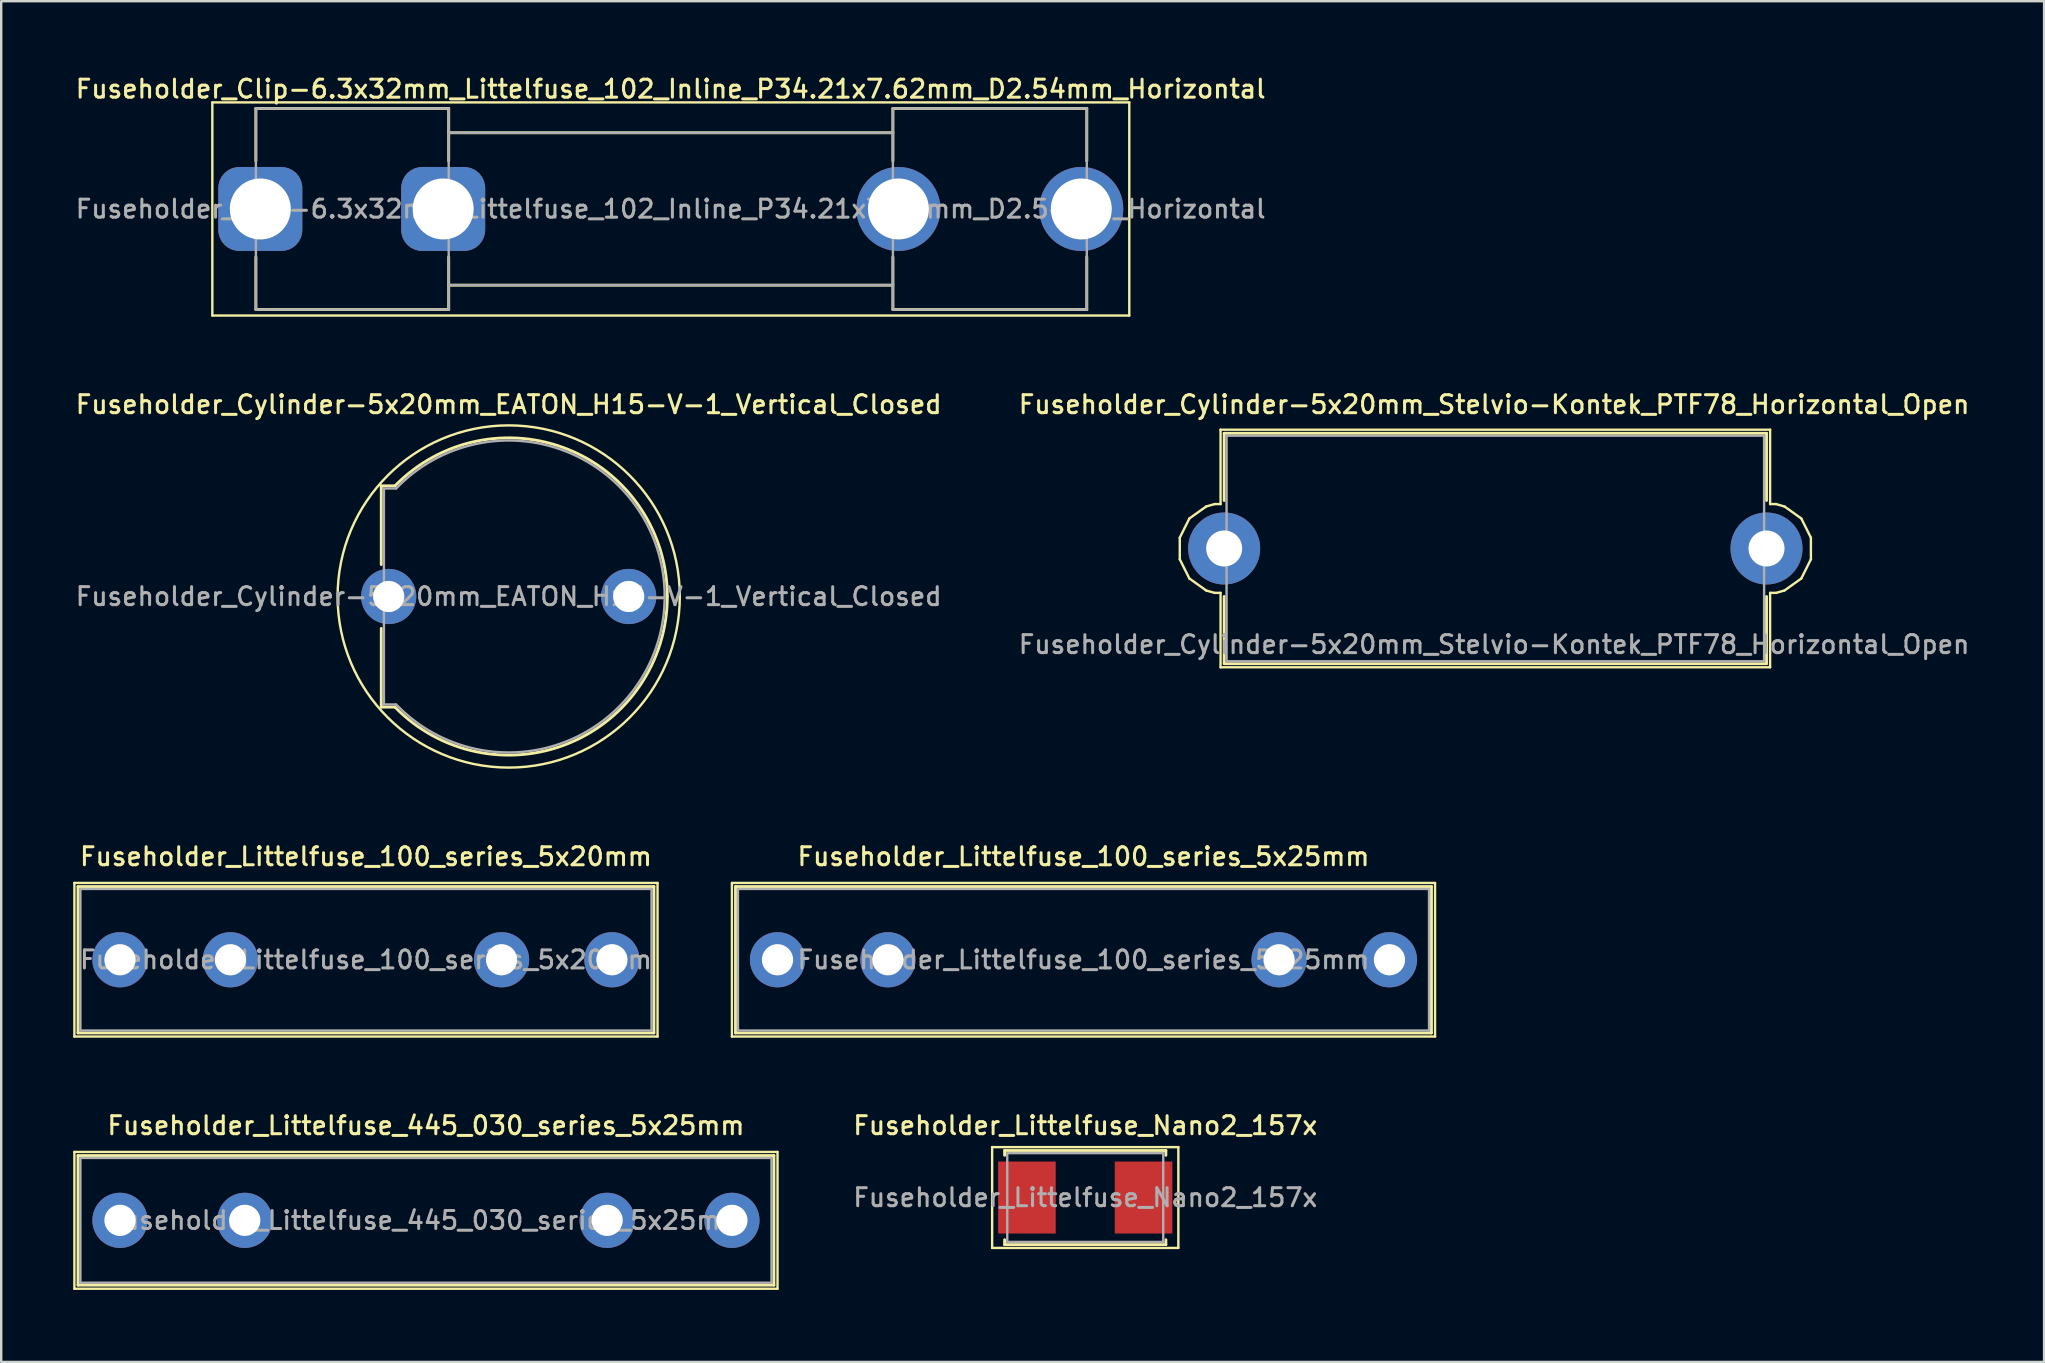
<source format=kicad_pcb>
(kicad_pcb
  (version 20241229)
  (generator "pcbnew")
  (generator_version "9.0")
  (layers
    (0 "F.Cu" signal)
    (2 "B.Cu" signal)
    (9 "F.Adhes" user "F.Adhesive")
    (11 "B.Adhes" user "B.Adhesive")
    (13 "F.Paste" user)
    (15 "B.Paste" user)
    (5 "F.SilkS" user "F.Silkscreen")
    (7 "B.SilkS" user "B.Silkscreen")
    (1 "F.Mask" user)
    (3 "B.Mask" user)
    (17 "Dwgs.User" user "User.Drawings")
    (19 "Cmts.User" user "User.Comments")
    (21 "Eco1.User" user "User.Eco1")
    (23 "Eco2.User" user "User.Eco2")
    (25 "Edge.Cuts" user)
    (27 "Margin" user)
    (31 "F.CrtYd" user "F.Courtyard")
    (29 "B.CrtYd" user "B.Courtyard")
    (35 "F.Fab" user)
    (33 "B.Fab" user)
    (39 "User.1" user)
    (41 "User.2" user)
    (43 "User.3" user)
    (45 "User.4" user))
  (footprint "Fuseholder_Cylinder-5x20mm_EATON_H15-V-1_Vertical_Closed"
    (layer "F.Cu")
    (at 13.148 21.806)
    (property "Reference" "Fuseholder_Cylinder-5x20mm_EATON_H15-V-1_Vertical_Closed" (at 5 -8 0) (layer "F.SilkS") (effects (font (size 0.75 0.75) (thickness 0.125))))
    (attr through_hole)
    (fp_line (start -0.31 -4.61) (end -0.31 -1.33) (stroke (width 0.12) (type solid)) (layer "F.SilkS"))
    (fp_line (start -0.31 1.33) (end -0.31 4.61) (stroke (width 0.12) (type solid)) (layer "F.SilkS"))
    (fp_line (start 0.26 -4.61) (end -0.31 -4.61) (stroke (width 0.12) (type solid)) (layer "F.SilkS"))
    (fp_line (start 0.26 4.61) (end -0.31 4.61) (stroke (width 0.12) (type solid)) (layer "F.SilkS"))
    (fp_arc (start 0.261221 -4.608261) (mid 7.486842 -6.124354) (end 11.61 0) (stroke (width 0.12) (type solid)) (layer "F.SilkS"))
    (fp_arc (start 11.61 0) (mid 7.486842 6.124354) (end 0.261221 4.608261) (stroke (width 0.12) (type solid)) (layer "F.SilkS"))
    (fp_circle (center 5 0) (end 12.13 0) (stroke (width 0.1) (type solid)) (fill no) (layer "F.SilkS"))
    (fp_line (start -0.2 -4.5) (end -0.2 4.5) (stroke (width 0.1) (type solid)) (layer "F.Fab"))
    (fp_line (start 0.3 -4.5) (end -0.2 -4.5) (stroke (width 0.1) (type solid)) (layer "F.Fab"))
    (fp_line (start 0.3 4.5) (end -0.2 4.5) (stroke (width 0.1) (type solid)) (layer "F.Fab"))
    (fp_arc (start 0.308559 -4.498931) (mid 7.424421 -6.030935) (end 11.5 0) (stroke (width 0.1) (type solid)) (layer "F.Fab"))
    (fp_arc (start 11.5 0) (mid 7.424421 6.030936) (end 0.308559 4.498931) (stroke (width 0.1) (type solid)) (layer "F.Fab"))
    (fp_text user "${REFERENCE}" (at 5 0 0) (layer "F.Fab") (effects (font (size 0.75 0.75) (thickness 0.125))))
    (pad "1" thru_hole circle (at 0 0) (size 2.3 2.3) (drill 1.3) (layers "*.Cu" "*.Mask"))
    (pad "2" thru_hole circle (at 10 0) (size 2.3 2.3) (drill 1.3) (layers "*.Cu" "*.Mask")))
  (footprint "Fuseholder_Clip-6.3x32mm_Littelfuse_102_Inline_P34.21x7.62mm_D2.54mm_Horizontal"
    (layer "F.Cu")
    (at 7.798 5.658)
    (property "Reference" "Fuseholder_Clip-6.3x32mm_Littelfuse_102_Inline_P34.21x7.62mm_D2.54mm_Horizontal" (at 17.1 -5 0) (layer "F.SilkS") (effects (font (size 0.75 0.75) (thickness 0.125))))
    (attr through_hole)
    (fp_line (start -2 -4.44) (end -2 4.44) (stroke (width 0.1) (type solid)) (layer "F.SilkS"))
    (fp_line (start -2 -4.44) (end 36.21 -4.44) (stroke (width 0.1) (type solid)) (layer "F.SilkS"))
    (fp_line (start -0.185 -4.19) (end -0.185 -2) (stroke (width 0.12) (type solid)) (layer "F.SilkS"))
    (fp_line (start -0.185 4.19) (end -0.185 2) (stroke (width 0.12) (type solid)) (layer "F.SilkS"))
    (fp_line (start 7.85 -4.19) (end -0.185 -4.19) (stroke (width 0.12) (type solid)) (layer "F.SilkS"))
    (fp_line (start 7.85 -4.19) (end 7.85 -2) (stroke (width 0.12) (type solid)) (layer "F.SilkS"))
    (fp_line (start 7.85 4.19) (end -0.185 4.19) (stroke (width 0.12) (type solid)) (layer "F.SilkS"))
    (fp_line (start 7.85 4.19) (end 7.85 2) (stroke (width 0.12) (type solid)) (layer "F.SilkS"))
    (fp_line (start 26.36 -4.19) (end 26.36 -2) (stroke (width 0.12) (type solid)) (layer "F.SilkS"))
    (fp_line (start 26.36 -3.175) (end 7.85 -3.175) (stroke (width 0.12) (type solid)) (layer "F.SilkS"))
    (fp_line (start 26.36 3.175) (end 7.85 3.175) (stroke (width 0.12) (type solid)) (layer "F.SilkS"))
    (fp_line (start 26.36 4.19) (end 26.36 2) (stroke (width 0.12) (type solid)) (layer "F.SilkS"))
    (fp_line (start 26.36 4.19) (end 34.44 4.19) (stroke (width 0.12) (type solid)) (layer "F.SilkS"))
    (fp_line (start 34.44 -4.19) (end 26.36 -4.19) (stroke (width 0.12) (type solid)) (layer "F.SilkS"))
    (fp_line (start 34.44 -2) (end 34.44 -4.19) (stroke (width 0.12) (type solid)) (layer "F.SilkS"))
    (fp_line (start 34.44 2) (end 34.44 4.19) (stroke (width 0.12) (type solid)) (layer "F.SilkS"))
    (fp_line (start 36.21 4.44) (end -2 4.44) (stroke (width 0.1) (type solid)) (layer "F.SilkS"))
    (fp_line (start 36.21 4.44) (end 36.21 -4.44) (stroke (width 0.1) (type solid)) (layer "F.SilkS"))
    (fp_line (start -0.185 -4.19) (end 7.85 -4.19) (stroke (width 0.1) (type solid)) (layer "F.Fab"))
    (fp_line (start -0.185 4.19) (end -0.185 -4.19) (stroke (width 0.1) (type solid)) (layer "F.Fab"))
    (fp_line (start 7.85 -4.19) (end 7.85 4.19) (stroke (width 0.1) (type solid)) (layer "F.Fab"))
    (fp_line (start 7.85 -3.175) (end 26.36 -3.175) (stroke (width 0.1) (type solid)) (layer "F.Fab"))
    (fp_line (start 7.85 4.19) (end -0.185 4.19) (stroke (width 0.1) (type solid)) (layer "F.Fab"))
    (fp_line (start 26.36 -4.19) (end 26.36 4.19) (stroke (width 0.1) (type solid)) (layer "F.Fab"))
    (fp_line (start 26.36 3.175) (end 7.85 3.175) (stroke (width 0.1) (type solid)) (layer "F.Fab"))
    (fp_line (start 26.36 4.19) (end 34.44 4.19) (stroke (width 0.1) (type solid)) (layer "F.Fab"))
    (fp_line (start 34.44 -4.19) (end 26.36 -4.19) (stroke (width 0.1) (type solid)) (layer "F.Fab"))
    (fp_line (start 34.44 4.19) (end 34.44 -4.19) (stroke (width 0.1) (type solid)) (layer "F.Fab"))
    (fp_text user "${REFERENCE}" (at 17.1 0 0) (layer "F.Fab") (effects (font (size 0.75 0.75) (thickness 0.125))))
    (pad "1" thru_hole roundrect (at 0 0) (size 3.5 3.5) (drill 2.54) (layers "*.Cu" "*.Mask") (roundrect_rratio 0.25))
    (pad "1" thru_hole roundrect (at 7.62 0) (size 3.5 3.5) (drill 2.54) (layers "*.Cu" "*.Mask") (roundrect_rratio 0.25))
    (pad "2" thru_hole circle (at 26.59 0) (size 3.5 3.5) (drill 2.54) (layers "*.Cu" "*.Mask"))
    (pad "2" thru_hole circle (at 34.21 0) (size 3.5 3.5) (drill 2.54) (layers "*.Cu" "*.Mask")))
  (footprint "Fuseholder_Cylinder-5x20mm_Stelvio-Kontek_PTF78_Horizontal_Open"
    (layer "F.Cu")
    (at 47.962 19.806)
    (property "Reference" "Fuseholder_Cylinder-5x20mm_Stelvio-Kontek_PTF78_Horizontal_Open" (at 11.25 -6 0) (layer "F.SilkS") (effects (font (size 0.75 0.75) (thickness 0.125))))
    (attr through_hole)
    (fp_line (start -1.85 -0.45) (end -1.85 0.45) (stroke (width 0.1) (type solid)) (layer "F.SilkS"))
    (fp_line (start -1.85 -0.45) (end -1.45 -1.25) (stroke (width 0.1) (type solid)) (layer "F.SilkS"))
    (fp_line (start -1.45 1.25) (end -1.85 0.45) (stroke (width 0.1) (type solid)) (layer "F.SilkS"))
    (fp_line (start -1.45 1.25) (end -0.75 1.75) (stroke (width 0.1) (type solid)) (layer "F.SilkS"))
    (fp_line (start -0.75 -1.75) (end -1.45 -1.25) (stroke (width 0.1) (type solid)) (layer "F.SilkS"))
    (fp_line (start -0.75 1.75) (end -0.4 1.85) (stroke (width 0.1) (type solid)) (layer "F.SilkS"))
    (fp_line (start -0.4 -1.85) (end -0.75 -1.75) (stroke (width 0.1) (type solid)) (layer "F.SilkS"))
    (fp_line (start -0.4 1.85) (end -0.15 1.85) (stroke (width 0.1) (type solid)) (layer "F.SilkS"))
    (fp_line (start -0.15 -4.95) (end 22.75 -4.95) (stroke (width 0.1) (type solid)) (layer "F.SilkS"))
    (fp_line (start -0.15 -1.85) (end -0.4 -1.85) (stroke (width 0.1) (type solid)) (layer "F.SilkS"))
    (fp_line (start -0.15 -1.85) (end -0.15 -4.95) (stroke (width 0.1) (type solid)) (layer "F.SilkS"))
    (fp_line (start -0.15 4.95) (end -0.15 1.85) (stroke (width 0.1) (type solid)) (layer "F.SilkS"))
    (fp_line (start 0 -4.8) (end 22.6 -4.8) (stroke (width 0.12) (type solid)) (layer "F.SilkS"))
    (fp_line (start 0 -2) (end 0 -4.8) (stroke (width 0.12) (type solid)) (layer "F.SilkS"))
    (fp_line (start 0 4.8) (end 0 2) (stroke (width 0.12) (type solid)) (layer "F.SilkS"))
    (fp_line (start 0 4.8) (end 22.6 4.8) (stroke (width 0.12) (type solid)) (layer "F.SilkS"))
    (fp_line (start 22.6 -2) (end 22.6 -4.8) (stroke (width 0.12) (type solid)) (layer "F.SilkS"))
    (fp_line (start 22.6 4.8) (end 22.6 2) (stroke (width 0.12) (type solid)) (layer "F.SilkS"))
    (fp_line (start 22.75 -1.85) (end 22.75 -4.95) (stroke (width 0.1) (type solid)) (layer "F.SilkS"))
    (fp_line (start 22.75 -1.85) (end 23 -1.85) (stroke (width 0.1) (type solid)) (layer "F.SilkS"))
    (fp_line (start 22.75 1.85) (end 22.75 4.95) (stroke (width 0.1) (type solid)) (layer "F.SilkS"))
    (fp_line (start 22.75 1.85) (end 23 1.85) (stroke (width 0.1) (type solid)) (layer "F.SilkS"))
    (fp_line (start 22.75 4.95) (end -0.15 4.95) (stroke (width 0.1) (type solid)) (layer "F.SilkS"))
    (fp_line (start 23 1.85) (end 23.35 1.75) (stroke (width 0.1) (type solid)) (layer "F.SilkS"))
    (fp_line (start 23.35 -1.75) (end 23 -1.85) (stroke (width 0.1) (type solid)) (layer "F.SilkS"))
    (fp_line (start 23.35 1.75) (end 24.05 1.25) (stroke (width 0.1) (type solid)) (layer "F.SilkS"))
    (fp_line (start 24.05 -1.25) (end 23.35 -1.75) (stroke (width 0.1) (type solid)) (layer "F.SilkS"))
    (fp_line (start 24.05 1.25) (end 24.45 0.45) (stroke (width 0.1) (type solid)) (layer "F.SilkS"))
    (fp_line (start 24.45 -0.45) (end 24.05 -1.25) (stroke (width 0.1) (type solid)) (layer "F.SilkS"))
    (fp_line (start 24.45 0.45) (end 24.45 -0.45) (stroke (width 0.1) (type solid)) (layer "F.SilkS"))
    (fp_line (start 0.1 -4.7) (end 0.1 4.7) (stroke (width 0.1) (type solid)) (layer "F.Fab"))
    (fp_line (start 0.1 4.7) (end 22.5 4.7) (stroke (width 0.1) (type solid)) (layer "F.Fab"))
    (fp_line (start 22.5 -4.7) (end 0.1 -4.7) (stroke (width 0.1) (type solid)) (layer "F.Fab"))
    (fp_line (start 22.5 4.7) (end 22.5 -4.7) (stroke (width 0.1) (type solid)) (layer "F.Fab"))
    (fp_text user "${REFERENCE}" (at 11.25 4 0) (layer "F.Fab") (effects (font (size 0.75 0.75) (thickness 0.125))))
    (pad "1" thru_hole circle (at 0 0) (size 3 3) (drill 1.5) (layers "*.Cu" "*.Mask"))
    (pad "2" thru_hole circle (at 22.6 0) (size 3 3) (drill 1.5) (layers "*.Cu" "*.Mask")))
  (footprint "Fuseholder_Littelfuse_100_series_5x25mm"
    (layer "F.Cu")
    (at 29.35 36.944)
    (property "Reference" "Fuseholder_Littelfuse_100_series_5x25mm" (at 12.75 -4.3 0) (unlocked yes) (layer "F.SilkS") (effects (font (size 0.75 0.75) (thickness 0.125))))
    (attr through_hole)
    (fp_line (start -1.9 -3.2) (end 27.4 -3.2) (stroke (width 0.1) (type solid)) (layer "F.SilkS"))
    (fp_line (start -1.9 3.2) (end -1.9 -3.2) (stroke (width 0.1) (type solid)) (layer "F.SilkS"))
    (fp_line (start -1.75 -3.05) (end 27.25 -3.05) (stroke (width 0.12) (type solid)) (layer "F.SilkS"))
    (fp_line (start -1.75 3.05) (end -1.75 -3.05) (stroke (width 0.12) (type solid)) (layer "F.SilkS"))
    (fp_line (start 27.25 -3.05) (end 27.25 3.05) (stroke (width 0.12) (type solid)) (layer "F.SilkS"))
    (fp_line (start 27.25 3.05) (end -1.75 3.05) (stroke (width 0.12) (type solid)) (layer "F.SilkS"))
    (fp_line (start 27.4 -3.2) (end 27.4 3.2) (stroke (width 0.1) (type solid)) (layer "F.SilkS"))
    (fp_line (start 27.4 3.2) (end -1.9 3.2) (stroke (width 0.1) (type solid)) (layer "F.SilkS"))
    (fp_line (start -1.65 -2.95) (end 27.15 -2.95) (stroke (width 0.1) (type solid)) (layer "F.Fab"))
    (fp_line (start -1.65 2.95) (end -1.65 -2.95) (stroke (width 0.1) (type solid)) (layer "F.Fab"))
    (fp_line (start 27.15 -2.95) (end 27.15 2.95) (stroke (width 0.1) (type solid)) (layer "F.Fab"))
    (fp_line (start 27.15 2.95) (end -1.65 2.95) (stroke (width 0.1) (type solid)) (layer "F.Fab"))
    (fp_text user "${REFERENCE}" (at 12.75 0 0) (unlocked yes) (layer "F.Fab") (effects (font (size 0.75 0.75) (thickness 0.125))))
    (pad "1" thru_hole circle (at 0 0) (size 2.3 2.3) (drill 1.3) (layers "*.Cu" "*.Mask"))
    (pad "1" thru_hole circle (at 4.6 0) (size 2.3 2.3) (drill 1.3) (layers "*.Cu" "*.Mask"))
    (pad "2" thru_hole circle (at 20.9 0) (size 2.3 2.3) (drill 1.3) (layers "*.Cu" "*.Mask"))
    (pad "2" thru_hole circle (at 25.5 0) (size 2.3 2.3) (drill 1.3) (layers "*.Cu" "*.Mask")))
  (footprint "Fuseholder_Littelfuse_100_series_5x20mm"
    (layer "F.Cu")
    (at 1.95 36.944)
    (property "Reference" "Fuseholder_Littelfuse_100_series_5x20mm" (at 10.25 -4.3 0) (unlocked yes) (layer "F.SilkS") (effects (font (size 0.75 0.75) (thickness 0.125))))
    (attr through_hole)
    (fp_line (start -1.9 -3.2) (end 22.4 -3.2) (stroke (width 0.1) (type solid)) (layer "F.SilkS"))
    (fp_line (start -1.9 3.2) (end -1.9 -3.2) (stroke (width 0.1) (type solid)) (layer "F.SilkS"))
    (fp_line (start -1.75 -3.05) (end 22.25 -3.05) (stroke (width 0.12) (type solid)) (layer "F.SilkS"))
    (fp_line (start -1.75 3.05) (end -1.75 -3.05) (stroke (width 0.12) (type solid)) (layer "F.SilkS"))
    (fp_line (start 22.25 -3.05) (end 22.25 3.05) (stroke (width 0.12) (type solid)) (layer "F.SilkS"))
    (fp_line (start 22.25 3.05) (end -1.75 3.05) (stroke (width 0.12) (type solid)) (layer "F.SilkS"))
    (fp_line (start 22.4 -3.2) (end 22.4 3.2) (stroke (width 0.1) (type solid)) (layer "F.SilkS"))
    (fp_line (start 22.4 3.2) (end -1.9 3.2) (stroke (width 0.1) (type solid)) (layer "F.SilkS"))
    (fp_line (start -1.65 -2.95) (end 22.15 -2.95) (stroke (width 0.1) (type solid)) (layer "F.Fab"))
    (fp_line (start -1.65 2.95) (end -1.65 -2.95) (stroke (width 0.1) (type solid)) (layer "F.Fab"))
    (fp_line (start 22.15 -2.95) (end 22.15 2.95) (stroke (width 0.1) (type solid)) (layer "F.Fab"))
    (fp_line (start 22.15 2.95) (end -1.65 2.95) (stroke (width 0.1) (type solid)) (layer "F.Fab"))
    (fp_text user "${REFERENCE}" (at 10.25 0 0) (unlocked yes) (layer "F.Fab") (effects (font (size 0.75 0.75) (thickness 0.125))))
    (pad "1" thru_hole circle (at 0 0) (size 2.3 2.3) (drill 1.3) (layers "*.Cu" "*.Mask"))
    (pad "1" thru_hole circle (at 4.6 0) (size 2.3 2.3) (drill 1.3) (layers "*.Cu" "*.Mask"))
    (pad "2" thru_hole circle (at 15.9 0) (size 2.3 2.3) (drill 1.3) (layers "*.Cu" "*.Mask"))
    (pad "2" thru_hole circle (at 20.5 0) (size 2.3 2.3) (drill 1.3) (layers "*.Cu" "*.Mask")))
  (footprint "Fuseholder_Littelfuse_Nano2_157x"
    (layer "F.Cu")
    (at 42.173 46.852)
    (property "Reference" "Fuseholder_Littelfuse_Nano2_157x" (at 0 -3 0) (layer "F.SilkS") (effects (font (size 0.75 0.75) (thickness 0.125))))
    (attr smd)
    (fp_line (start -3.88 -2.1) (end -3.88 2.1) (stroke (width 0.1) (type solid)) (layer "F.SilkS"))
    (fp_line (start -3.88 -2.1) (end 3.88 -2.1) (stroke (width 0.1) (type solid)) (layer "F.SilkS"))
    (fp_line (start -3.88 2.1) (end 3.88 2.1) (stroke (width 0.1) (type solid)) (layer "F.SilkS"))
    (fp_line (start -3.36 -1.96) (end -3.36 -1.76) (stroke (width 0.12) (type solid)) (layer "F.SilkS"))
    (fp_line (start -3.36 -1.96) (end 3.36 -1.96) (stroke (width 0.12) (type solid)) (layer "F.SilkS"))
    (fp_line (start -3.36 1.76) (end -3.36 1.96) (stroke (width 0.12) (type solid)) (layer "F.SilkS"))
    (fp_line (start -3.36 1.96) (end 3.36 1.96) (stroke (width 0.12) (type solid)) (layer "F.SilkS"))
    (fp_line (start 3.36 -1.96) (end 3.36 -1.76) (stroke (width 0.12) (type solid)) (layer "F.SilkS"))
    (fp_line (start 3.36 1.76) (end 3.36 1.96) (stroke (width 0.12) (type solid)) (layer "F.SilkS"))
    (fp_line (start 3.88 -2.1) (end 3.88 2.1) (stroke (width 0.1) (type solid)) (layer "F.SilkS"))
    (fp_line (start -3.25 -1.85) (end -3.25 1.85) (stroke (width 0.1) (type solid)) (layer "F.Fab"))
    (fp_line (start -3.25 -1.85) (end 3.25 -1.85) (stroke (width 0.1) (type solid)) (layer "F.Fab"))
    (fp_line (start -3.25 1.85) (end 3.25 1.85) (stroke (width 0.1) (type solid)) (layer "F.Fab"))
    (fp_line (start 3.25 -1.85) (end 3.25 1.85) (stroke (width 0.1) (type solid)) (layer "F.Fab"))
    (fp_text user "${REFERENCE}" (at 0 0 0) (layer "F.Fab") (effects (font (size 0.75 0.75) (thickness 0.125))))
    (pad "1" smd rect (at -2.43 0) (size 2.4 3) (layers "F.Cu" "F.Mask" "F.Paste"))
    (pad "2" smd rect (at 2.43 0) (size 2.4 3) (layers "F.Cu" "F.Mask" "F.Paste")))
  (footprint "Fuseholder_Littelfuse_445_030_series_5x25mm"
    (layer "F.Cu")
    (at 1.95 47.803)
    (property "Reference" "Fuseholder_Littelfuse_445_030_series_5x25mm" (at 12.75 -3.95 0) (unlocked yes) (layer "F.SilkS") (effects (font (size 0.75 0.75) (thickness 0.125))))
    (attr through_hole)
    (fp_line (start -1.9 -2.85) (end 27.4 -2.85) (stroke (width 0.1) (type solid)) (layer "F.SilkS"))
    (fp_line (start -1.9 2.85) (end -1.9 -2.85) (stroke (width 0.1) (type solid)) (layer "F.SilkS"))
    (fp_line (start -1.75 -2.7) (end 27.25 -2.7) (stroke (width 0.12) (type solid)) (layer "F.SilkS"))
    (fp_line (start -1.75 2.7) (end -1.75 -2.7) (stroke (width 0.12) (type solid)) (layer "F.SilkS"))
    (fp_line (start 27.25 -2.7) (end 27.25 2.7) (stroke (width 0.12) (type solid)) (layer "F.SilkS"))
    (fp_line (start 27.25 2.7) (end -1.75 2.7) (stroke (width 0.12) (type solid)) (layer "F.SilkS"))
    (fp_line (start 27.4 -2.85) (end 27.4 2.85) (stroke (width 0.1) (type solid)) (layer "F.SilkS"))
    (fp_line (start 27.4 2.85) (end -1.9 2.85) (stroke (width 0.1) (type solid)) (layer "F.SilkS"))
    (fp_line (start -1.65 -2.6) (end 27.15 -2.6) (stroke (width 0.1) (type solid)) (layer "F.Fab"))
    (fp_line (start -1.65 2.6) (end -1.65 -2.6) (stroke (width 0.1) (type solid)) (layer "F.Fab"))
    (fp_line (start 27.15 -2.6) (end 27.15 2.6) (stroke (width 0.1) (type solid)) (layer "F.Fab"))
    (fp_line (start 27.15 2.6) (end -1.65 2.6) (stroke (width 0.1) (type solid)) (layer "F.Fab"))
    (fp_text user "${REFERENCE}" (at 12.75 0 0) (unlocked yes) (layer "F.Fab") (effects (font (size 0.75 0.75) (thickness 0.125))))
    (pad "1" thru_hole circle (at 0 0) (size 2.3 2.3) (drill 1.3) (layers "*.Cu" "*.Mask"))
    (pad "1" thru_hole circle (at 5.2 0) (size 2.3 2.3) (drill 1.3) (layers "*.Cu" "*.Mask"))
    (pad "2" thru_hole circle (at 20.3 0) (size 2.3 2.3) (drill 1.3) (layers "*.Cu" "*.Mask"))
    (pad "2" thru_hole circle (at 25.5 0) (size 2.3 2.3) (drill 1.3) (layers "*.Cu" "*.Mask")))
  (gr_rect
    (start -3 -3)
    (end 82.129 53.703)
    (stroke (width 0.1) (type default))
    (fill no)
    (layer "Edge.Cuts")))
</source>
